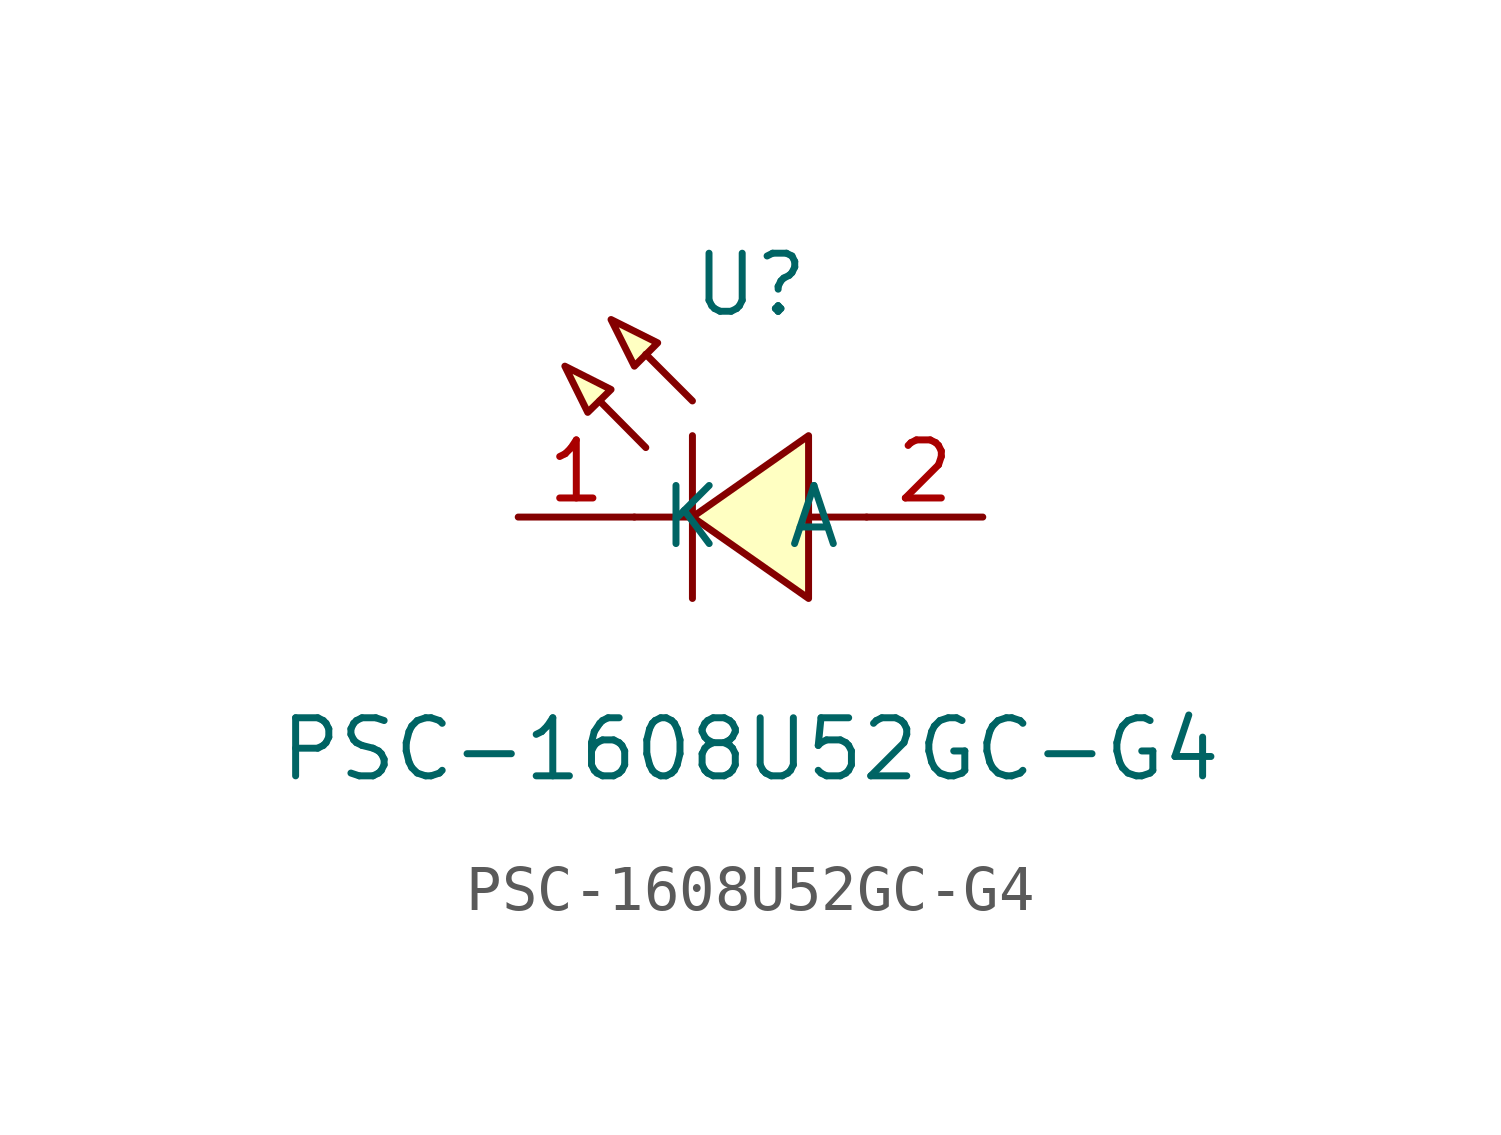
<source format=kicad_sym>
(kicad_symbol_lib
  (version 1)
  (generator "faebryk")
  (symbol "PSC-1608U52GC-G4"
    (property "Reference" "U"
      (at 0 7.62 0)
      (effects (font (size 1.27 1.27)) (hide no)))
    (property "Value" "PSC-1608U52GC-G4"
      (at 0 -2.54 0)
      (effects (font (size 1.27 1.27)) (hide no)))
    (symbol "PSC-1608U52GC-G4_0_1"
      (polyline (stroke (width 0) (type default) (color 0 0 0 0)) (fill (type background)) (pts (xy -4.06 5.84) (xy -3.05 5.33) (xy -3.56 4.83) (xy -4.06 5.84)))
      (polyline (stroke (width 0) (type default) (color 0 0 0 0)) (fill (type background)) (pts (xy -3.05 6.86) (xy -2.03 6.35) (xy -2.54 5.84) (xy -3.05 6.86)))
      (polyline (stroke (width 0) (type default) (color 0 0 0 0)) (fill (type background)) (pts (xy 1.27 4.32) (xy -1.27 2.54) (xy 1.27 0.76) (xy 1.27 4.32)))
      (polyline (stroke (width 0) (type default) (color 0 0 0 0)) (fill (type background)) (pts (xy -2.29 4.06) (xy -3.3 5.08) (xy -2.29 4.06)))
      (polyline (stroke (width 0) (type default) (color 0 0 0 0)) (fill (type background)) (pts (xy -1.27 5.08) (xy -2.29 6.1) (xy -1.27 5.08)))
      (polyline (stroke (width 0) (type default) (color 0 0 0 0)) (fill (type none)) (pts (xy -1.27 2.54) (xy -2.54 2.54)))
      (polyline (stroke (width 0) (type default) (color 0 0 0 0)) (fill (type none)) (pts (xy 2.54 2.54) (xy 1.27 2.54)))
      (polyline (stroke (width 0) (type default) (color 0 0 0 0)) (fill (type none)) (pts (xy -1.27 4.32) (xy -1.27 0.76)))
      (pin unspecified line (at -5.08 2.54 0) (length 2.54) (name "K" (effects (font (size 1.27 1.27)) (hide no))) (number "1" (effects (font (size 1.27 1.27)) (hide no))))
      (pin unspecified line (at 5.08 2.54 180) (length 2.54) (name "A" (effects (font (size 1.27 1.27)) (hide no))) (number "2" (effects (font (size 1.27 1.27)) (hide no)))))))
</source>
